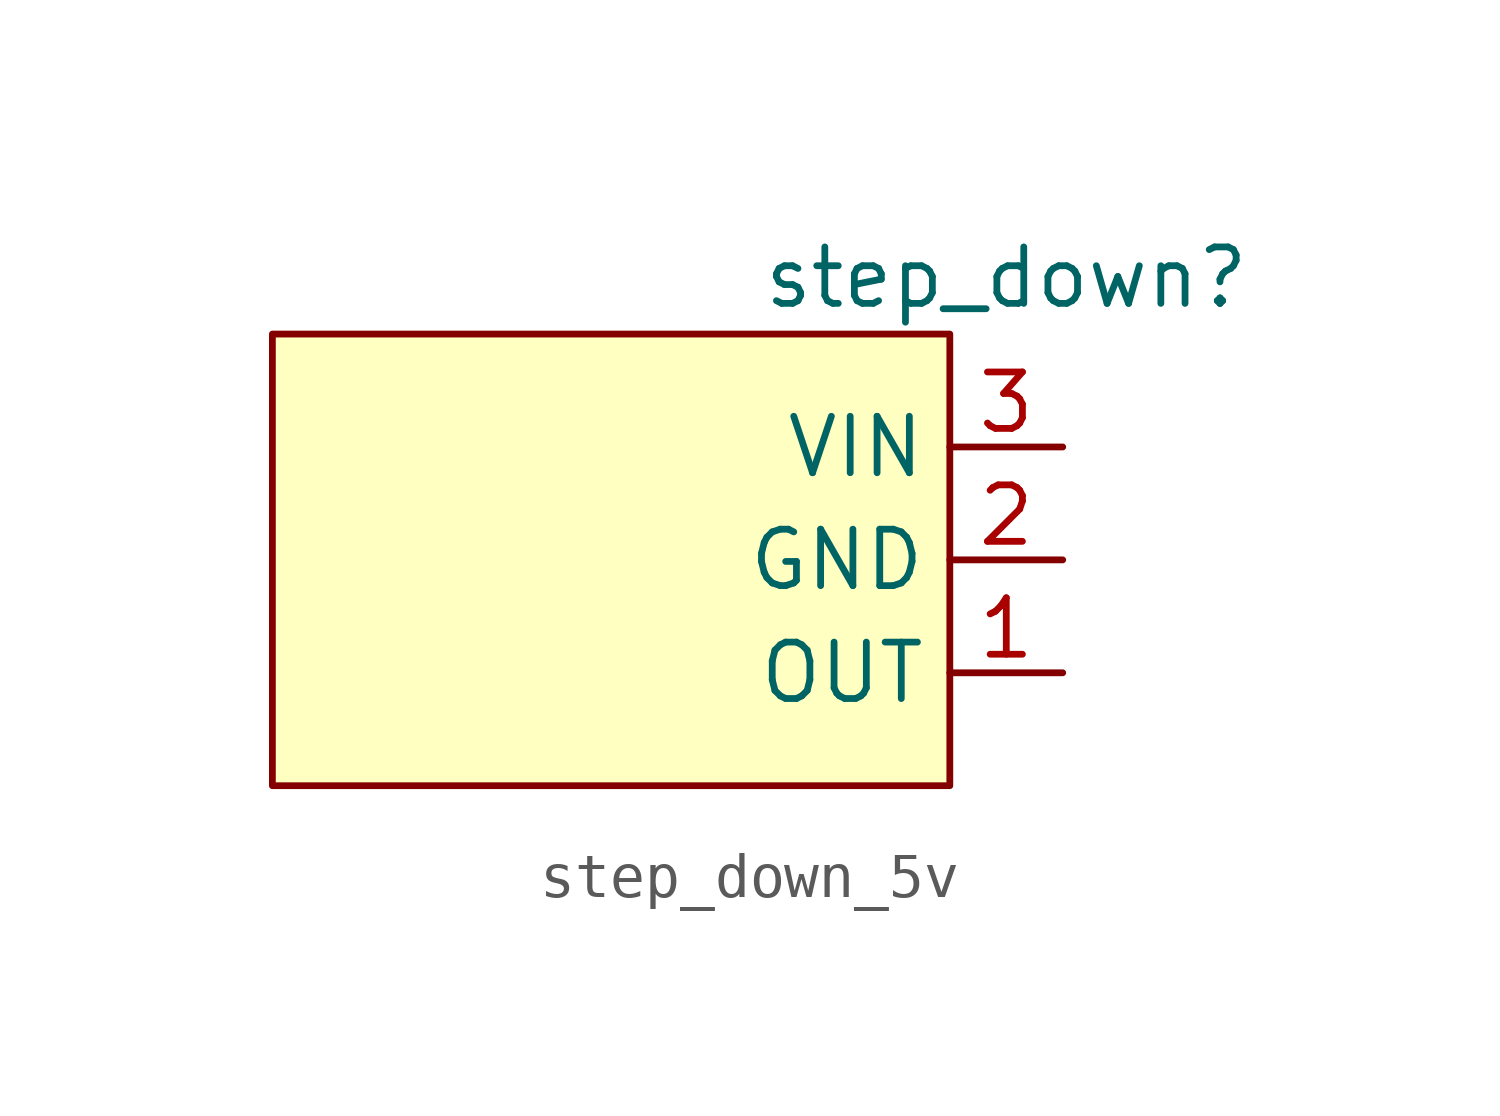
<source format=kicad_sym>
(kicad_symbol_lib
  (version 20220914)
  (generator kicad_symbol_editor)
  (symbol "step_down_5v"
    (property "Reference" "step_down"
      (at 1.27 3.81 0)
      (effects (font (size 1.27 1.27))))
    (property "Value" ""
      (at 0 0 0)
      (effects (font (size 1.27 1.27))))
    (symbol "step_down_5v_0_1"
      (rectangle (start -15.24 2.54) (end 0 -7.62) (stroke (width 0) (type default)) (fill (type background))))
    (symbol "step_down_5v_1_1"
      (pin output line (at 2.54 -5.08 180) (length 2.54) (name "OUT" (effects (font (size 1.27 1.27)))) (number "1" (effects (font (size 1.27 1.27)))))
      (pin bidirectional line (at 2.54 -2.54 180) (length 2.54) (name "GND" (effects (font (size 1.27 1.27)))) (number "2" (effects (font (size 1.27 1.27)))))
      (pin input line (at 2.54 0 180) (length 2.54) (name "VIN" (effects (font (size 1.27 1.27)))) (number "3" (effects (font (size 1.27 1.27))))))))
</source>
